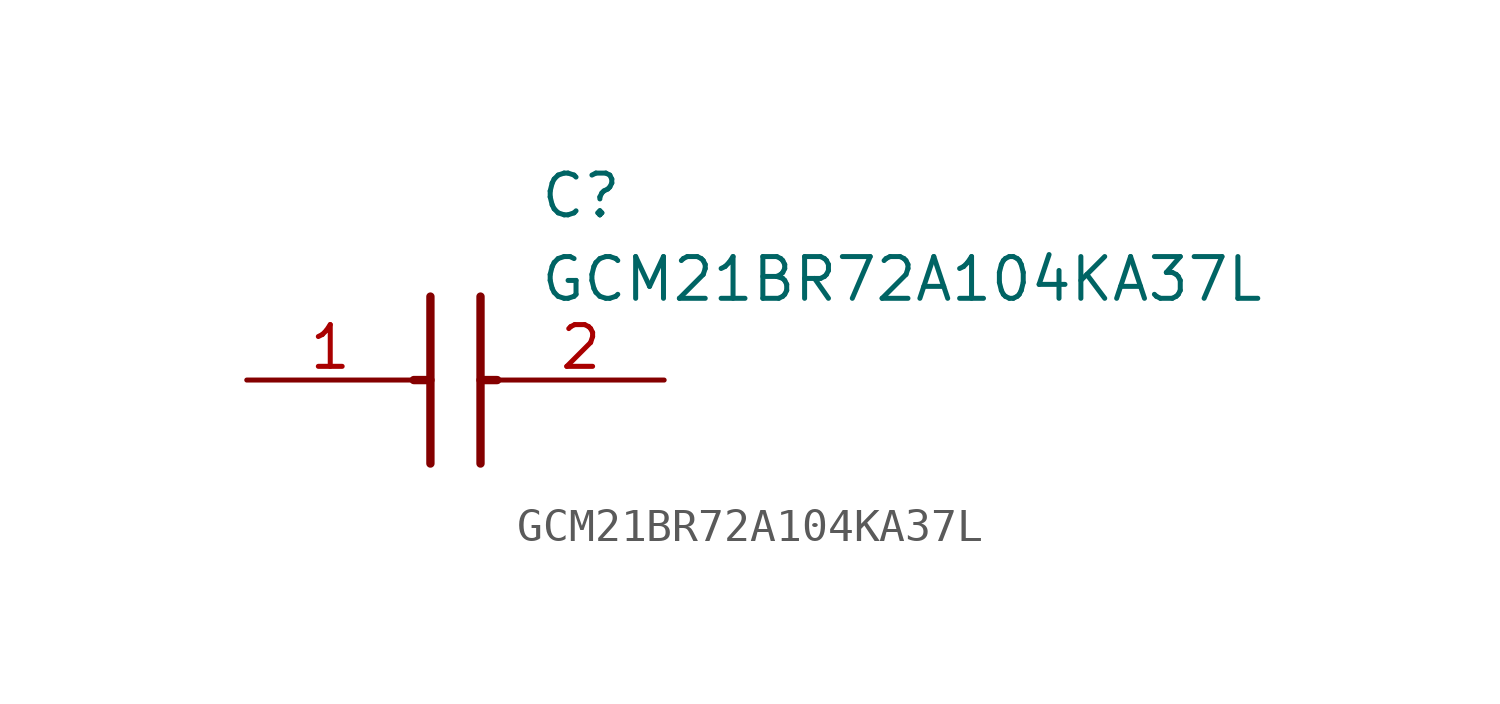
<source format=kicad_sym>
(kicad_symbol_lib
  (version 20211014)
  (generator SamacSys_ECAD_Model)
  (symbol "GCM21BR72A104KA37L"
    (pin_names hide)
    (property "Reference" "C"
      (at 8.89 6.35 0)
      (effects (font (size 1.27 1.27)) (justify left top)))
    (property "Value" "GCM21BR72A104KA37L"
      (at 8.89 3.81 0)
      (effects (font (size 1.27 1.27)) (justify left top)))
    (polyline
      (pts (xy 5.588 2.54) (xy 5.588 -2.54))
      (stroke (width 0.254) (type default))
      (fill (type none)))
    (polyline
      (pts (xy 7.112 2.54) (xy 7.112 -2.54))
      (stroke (width 0.254) (type default))
      (fill (type none)))
    (polyline
      (pts (xy 5.08 0) (xy 5.588 0))
      (stroke (width 0.254) (type default))
      (fill (type none)))
    (polyline
      (pts (xy 7.112 0) (xy 7.62 0))
      (stroke (width 0.254) (type default))
      (fill (type none)))
    (pin passive line
      (at 0 0 0)
      (length 5.08)
      (name "1" (effects (font (size 1.27 1.27))))
      (number "1" (effects (font (size 1.27 1.27)))))
    (pin passive line
      (at 12.7 0 180)
      (length 5.08)
      (name "2" (effects (font (size 1.27 1.27))))
      (number "2" (effects (font (size 1.27 1.27)))))))
</source>
